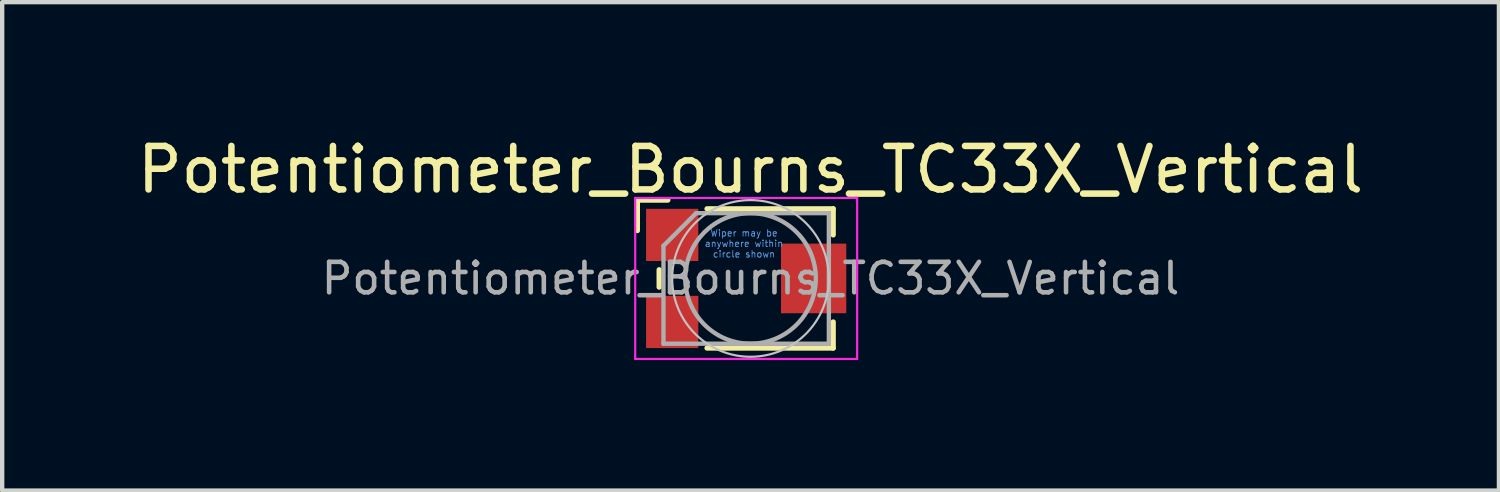
<source format=kicad_pcb>
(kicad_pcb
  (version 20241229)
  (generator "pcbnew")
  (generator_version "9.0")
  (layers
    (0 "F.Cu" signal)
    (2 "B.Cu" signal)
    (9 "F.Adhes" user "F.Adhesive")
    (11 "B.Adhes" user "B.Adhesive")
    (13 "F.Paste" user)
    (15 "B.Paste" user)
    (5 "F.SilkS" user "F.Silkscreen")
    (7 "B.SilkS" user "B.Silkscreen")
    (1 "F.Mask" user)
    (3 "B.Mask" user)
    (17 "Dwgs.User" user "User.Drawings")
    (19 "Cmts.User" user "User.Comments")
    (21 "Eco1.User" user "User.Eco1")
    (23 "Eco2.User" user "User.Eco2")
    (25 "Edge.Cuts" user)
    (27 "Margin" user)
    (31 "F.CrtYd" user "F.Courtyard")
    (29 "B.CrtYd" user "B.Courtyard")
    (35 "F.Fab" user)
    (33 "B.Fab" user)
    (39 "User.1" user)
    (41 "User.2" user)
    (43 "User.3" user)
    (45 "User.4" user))
  (footprint "Potentiometer_Bourns_TC33X_Vertical"
    (layer "F.Cu")
    (at 14.196 3.348)
    (property "Reference" "Potentiometer_Bourns_TC33X_Vertical" (at 0 -2.5 0) (layer "F.SilkS") (effects (font (size 1 1) (thickness 0.15))))
    (attr smd)
    (fp_line (start -2.6 -1.8) (end -2.6 -1.1) (stroke (width 0.12) (type solid)) (layer "F.SilkS"))
    (fp_line (start -2.1 -0.2) (end -2.1 0.2) (stroke (width 0.12) (type solid)) (layer "F.SilkS"))
    (fp_line (start -1.9 -1.8) (end -2.6 -1.8) (stroke (width 0.12) (type solid)) (layer "F.SilkS"))
    (fp_line (start -1 -1.6) (end 1.9 -1.6) (stroke (width 0.12) (type solid)) (layer "F.SilkS"))
    (fp_line (start -1 1.6) (end 1.9 1.6) (stroke (width 0.12) (type solid)) (layer "F.SilkS"))
    (fp_line (start 1.9 -1.6) (end 1.9 -1) (stroke (width 0.12) (type solid)) (layer "F.SilkS"))
    (fp_line (start 1.9 1.6) (end 1.9 1) (stroke (width 0.12) (type solid)) (layer "F.SilkS"))
    (fp_circle (center 0 0) (end 1.8 0) (stroke (width 0.05) (type solid)) (fill no) (layer "Dwgs.User"))
    (fp_line (start -2.65 -1.85) (end 2.45 -1.85) (stroke (width 0.05) (type solid)) (layer "F.CrtYd"))
    (fp_line (start -2.65 1.85) (end -2.65 -1.85) (stroke (width 0.05) (type solid)) (layer "F.CrtYd"))
    (fp_line (start 2.45 -1.85) (end 2.45 1.85) (stroke (width 0.05) (type solid)) (layer "F.CrtYd"))
    (fp_line (start 2.45 1.85) (end -2.65 1.85) (stroke (width 0.05) (type solid)) (layer "F.CrtYd"))
    (fp_line (start -2 -0.75) (end -2 1.5) (stroke (width 0.1) (type solid)) (layer "F.Fab"))
    (fp_line (start -2 1.5) (end 1.8 1.5) (stroke (width 0.1) (type solid)) (layer "F.Fab"))
    (fp_line (start -1.25 -1.5) (end -2 -0.75) (stroke (width 0.1) (type solid)) (layer "F.Fab"))
    (fp_line (start 1.8 -1.5) (end -1.25 -1.5) (stroke (width 0.1) (type solid)) (layer "F.Fab"))
    (fp_line (start 1.8 1.5) (end 1.8 -1.5) (stroke (width 0.1) (type solid)) (layer "F.Fab"))
    (fp_circle (center 0 0) (end 1.5 0) (stroke (width 0.1) (type solid)) (fill no) (layer "F.Fab"))
    (fp_text user "Wiper may be\nanywhere within\ncircle shown" (at -0.15 -0.8 0) (layer "Cmts.User") (effects (font (size 0.15 0.15) (thickness 0.02))))
    (fp_text user "${REFERENCE}" (at 0 0 0) (layer "F.Fab") (effects (font (size 0.7 0.7) (thickness 0.105))))
    (pad "1" smd rect (at -1.8 -1) (size 1.2 1.2) (layers "F.Cu" "F.Mask" "F.Paste"))
    (pad "2" smd rect (at 1.45 0) (size 1.5 1.6) (layers "F.Cu" "F.Mask" "F.Paste"))
    (pad "3" smd rect (at -1.8 1) (size 1.2 1.2) (layers "F.Cu" "F.Mask" "F.Paste")))
  (gr_rect
    (start -3 -3)
    (end 31.393 8.223)
    (stroke (width 0.1) (type default))
    (fill no)
    (layer "Edge.Cuts")))
</source>
